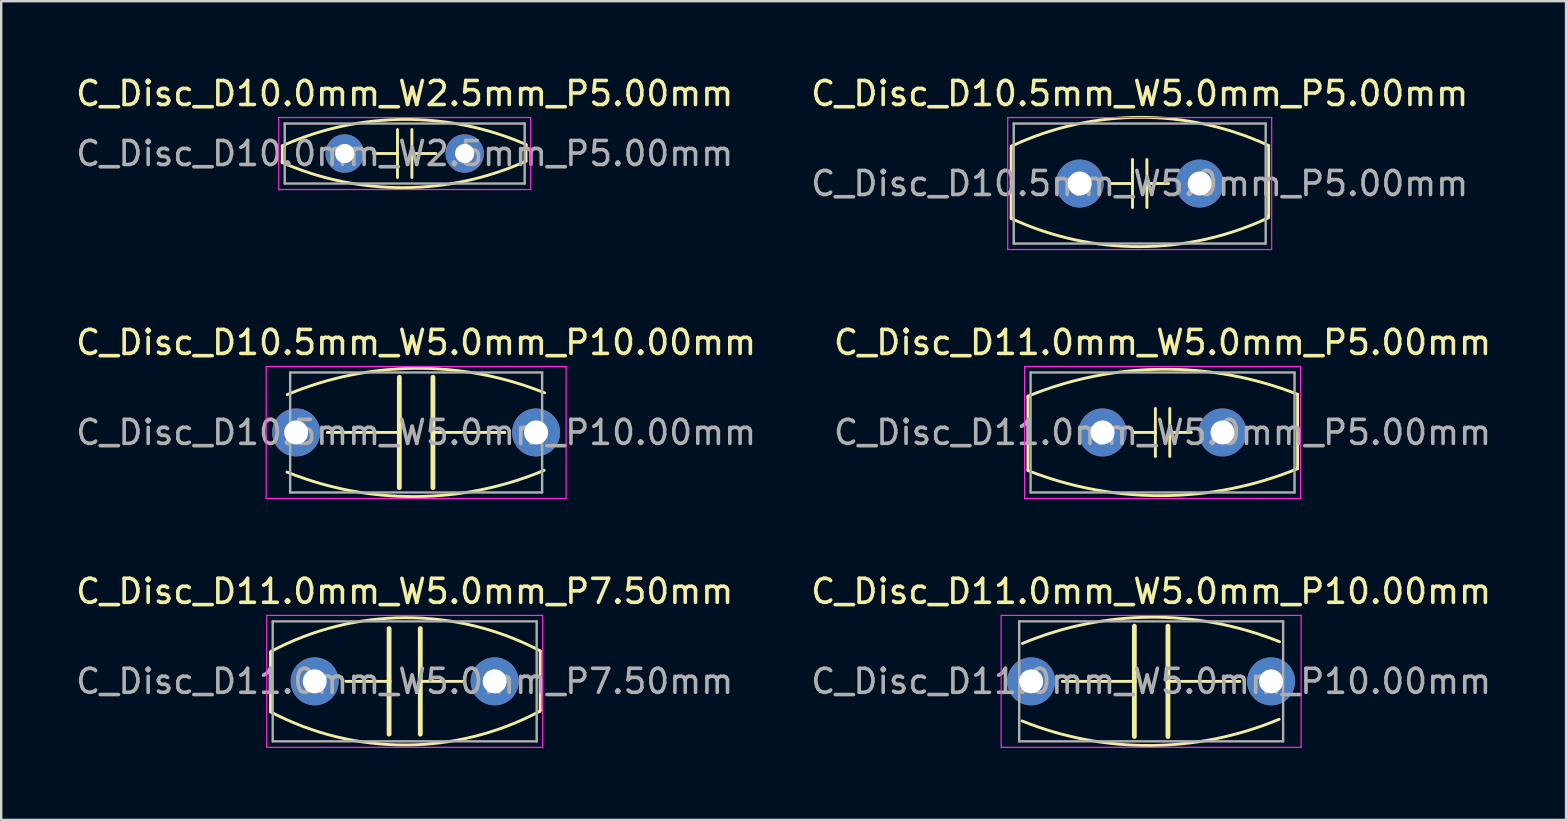
<source format=kicad_pcb>
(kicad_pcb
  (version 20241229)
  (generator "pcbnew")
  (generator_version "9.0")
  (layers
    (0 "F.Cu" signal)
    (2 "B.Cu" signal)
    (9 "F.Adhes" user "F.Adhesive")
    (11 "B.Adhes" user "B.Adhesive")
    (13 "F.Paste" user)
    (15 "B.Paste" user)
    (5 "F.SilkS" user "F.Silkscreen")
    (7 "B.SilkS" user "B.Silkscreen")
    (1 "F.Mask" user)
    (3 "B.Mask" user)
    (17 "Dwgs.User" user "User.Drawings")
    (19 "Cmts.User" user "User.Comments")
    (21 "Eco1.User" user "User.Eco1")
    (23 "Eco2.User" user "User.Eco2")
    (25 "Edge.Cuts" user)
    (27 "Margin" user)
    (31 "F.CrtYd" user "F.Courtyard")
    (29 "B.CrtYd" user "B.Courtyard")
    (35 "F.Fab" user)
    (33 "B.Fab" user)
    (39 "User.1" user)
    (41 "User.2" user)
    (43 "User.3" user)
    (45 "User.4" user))
  (footprint "C_Disc_D10.5mm_W5.0mm_P5.00mm"
    (layer "F.Cu")
    (at 41.946 4.598)
    (property "Reference" "C_Disc_D10.5mm_W5.0mm_P5.00mm" (at 2.5 -3.75 0) (layer "F.SilkS") (effects (font (size 1 1) (thickness 0.15))))
    (fp_line (start -2.857 -1.46) (end -2.843 -1.556) (stroke (width 0.12) (type solid)) (layer "F.SilkS"))
    (fp_line (start -2.857 1.454) (end -2.857 -1.46) (stroke (width 0.12) (type solid)) (layer "F.SilkS"))
    (fp_line (start 1.3 0) (end 2.2 0) (stroke (width 0.12) (type solid)) (layer "F.SilkS"))
    (fp_line (start 2.2 0) (end 2.2 -1) (stroke (width 0.12) (type solid)) (layer "F.SilkS"))
    (fp_line (start 2.2 0) (end 2.2 1) (stroke (width 0.12) (type solid)) (layer "F.SilkS"))
    (fp_line (start 2.8 -1) (end 2.8 1) (stroke (width 0.12) (type solid)) (layer "F.SilkS"))
    (fp_line (start 2.8 0) (end 3.7 0) (stroke (width 0.12) (type solid)) (layer "F.SilkS"))
    (fp_line (start 7.874 -1.581) (end 7.874 1.333) (stroke (width 0.12) (type solid)) (layer "F.SilkS"))
    (fp_line (start 7.874 1.333) (end 7.859 1.429) (stroke (width 0.12) (type solid)) (layer "F.SilkS"))
    (fp_arc (start -2.842795 -1.556187) (mid 2.512796 -2.757728) (end 7.874 -1.581487) (stroke (width 0.12) (type solid)) (layer "F.SilkS"))
    (fp_arc (start 7.859295 1.429187) (mid 2.503704 2.630728) (end -2.8575 1.454487) (stroke (width 0.12) (type solid)) (layer "F.SilkS"))
    (fp_line (start -3 -2.75) (end -3 2.75) (stroke (width 0.05) (type solid)) (layer "F.CrtYd"))
    (fp_line (start -3 2.75) (end 8 2.75) (stroke (width 0.05) (type solid)) (layer "F.CrtYd"))
    (fp_line (start 8 -2.75) (end -3 -2.75) (stroke (width 0.05) (type solid)) (layer "F.CrtYd"))
    (fp_line (start 8 2.75) (end 8 -2.75) (stroke (width 0.05) (type solid)) (layer "F.CrtYd"))
    (fp_line (start -2.75 -2.5) (end -2.75 2.5) (stroke (width 0.1) (type solid)) (layer "F.Fab"))
    (fp_line (start -2.75 2.5) (end 7.75 2.5) (stroke (width 0.1) (type solid)) (layer "F.Fab"))
    (fp_line (start 7.75 -2.5) (end -2.75 -2.5) (stroke (width 0.1) (type solid)) (layer "F.Fab"))
    (fp_line (start 7.75 2.5) (end 7.75 -2.5) (stroke (width 0.1) (type solid)) (layer "F.Fab"))
    (fp_text user "${REFERENCE}" (at 2.5 0 0) (layer "F.Fab") (effects (font (size 1 1) (thickness 0.15))))
    (pad "1" thru_hole circle (at 0 0) (size 2 2) (drill 1) (layers "*.Cu" "*.Mask"))
    (pad "2" thru_hole circle (at 5 0) (size 2 2) (drill 1) (layers "*.Cu" "*.Mask")))
  (footprint "C_Disc_D10.5mm_W5.0mm_P10.00mm"
    (layer "F.Cu")
    (at 9.292 14.972)
    (property "Reference" "C_Disc_D10.5mm_W5.0mm_P10.00mm" (at 5 -3.75 0) (layer "F.SilkS") (effects (font (size 1 1) (thickness 0.15))))
    (fp_line (start 1.3 0) (end 4.3 0) (stroke (width 0.12) (type solid)) (layer "F.SilkS"))
    (fp_line (start 4.3 0) (end 4.3 -2.3) (stroke (width 0.2) (type solid)) (layer "F.SilkS"))
    (fp_line (start 4.3 0) (end 4.3 2.3) (stroke (width 0.2) (type solid)) (layer "F.SilkS"))
    (fp_line (start 5.7 0) (end 5.7 -2.3) (stroke (width 0.2) (type solid)) (layer "F.SilkS"))
    (fp_line (start 5.7 0) (end 5.7 2.3) (stroke (width 0.2) (type solid)) (layer "F.SilkS"))
    (fp_line (start 5.7 0) (end 8.7 0) (stroke (width 0.12) (type solid)) (layer "F.SilkS"))
    (fp_arc (start -0.365657 -1.579056) (mid 4.985322 -2.672545) (end 10.3505 -1.651) (stroke (width 0.12) (type solid)) (layer "F.SilkS"))
    (fp_arc (start 10.335157 1.579056) (mid 4.984178 2.672545) (end -0.381 1.651) (stroke (width 0.12) (type solid)) (layer "F.SilkS"))
    (fp_line (start -1.25 -2.75) (end -1.25 2.75) (stroke (width 0.05) (type solid)) (layer "F.CrtYd"))
    (fp_line (start -1.25 2.75) (end 11.25 2.75) (stroke (width 0.05) (type solid)) (layer "F.CrtYd"))
    (fp_line (start 11.25 -2.75) (end -1.25 -2.75) (stroke (width 0.05) (type solid)) (layer "F.CrtYd"))
    (fp_line (start 11.25 2.75) (end 11.25 -2.75) (stroke (width 0.05) (type solid)) (layer "F.CrtYd"))
    (fp_line (start -0.25 -2.5) (end -0.25 2.5) (stroke (width 0.1) (type solid)) (layer "F.Fab"))
    (fp_line (start -0.25 2.5) (end 10.25 2.5) (stroke (width 0.1) (type solid)) (layer "F.Fab"))
    (fp_line (start 10.25 -2.5) (end -0.25 -2.5) (stroke (width 0.1) (type solid)) (layer "F.Fab"))
    (fp_line (start 10.25 2.5) (end 10.25 -2.5) (stroke (width 0.1) (type solid)) (layer "F.Fab"))
    (fp_text user "${REFERENCE}" (at 5 0 0) (layer "F.Fab") (effects (font (size 1 1) (thickness 0.15))))
    (pad "1" thru_hole circle (at 0 0) (size 2 2) (drill 1) (layers "*.Cu" "*.Mask"))
    (pad "2" thru_hole circle (at 10 0) (size 2 2) (drill 1) (layers "*.Cu" "*.Mask")))
  (footprint "C_Disc_D11.0mm_W5.0mm_P7.50mm"
    (layer "F.Cu")
    (at 10.065 25.345)
    (property "Reference" "C_Disc_D11.0mm_W5.0mm_P7.50mm" (at 3.75 -3.75 0) (layer "F.SilkS") (effects (font (size 1 1) (thickness 0.15))))
    (fp_line (start -1.841 -1.206) (end -1.828 -1.244) (stroke (width 0.12) (type solid)) (layer "F.SilkS"))
    (fp_line (start -1.841 -1.143) (end -1.841 -1.206) (stroke (width 0.12) (type solid)) (layer "F.SilkS"))
    (fp_line (start -1.841 1.27) (end -1.841 -1.143) (stroke (width 0.12) (type solid)) (layer "F.SilkS"))
    (fp_line (start 1.3 0) (end 3.1 0) (stroke (width 0.12) (type solid)) (layer "F.SilkS"))
    (fp_line (start 3.1 0) (end 3.1 -2.2) (stroke (width 0.2) (type solid)) (layer "F.SilkS"))
    (fp_line (start 3.1 0) (end 3.1 2.2) (stroke (width 0.2) (type solid)) (layer "F.SilkS"))
    (fp_line (start 4.4 0) (end 4.4 -2.2) (stroke (width 0.2) (type solid)) (layer "F.SilkS"))
    (fp_line (start 4.4 0) (end 4.4 2.2) (stroke (width 0.2) (type solid)) (layer "F.SilkS"))
    (fp_line (start 4.4 0) (end 6.2 0) (stroke (width 0.12) (type solid)) (layer "F.SilkS"))
    (fp_line (start 9.398 -1.27) (end 9.398 1.206) (stroke (width 0.12) (type solid)) (layer "F.SilkS"))
    (fp_line (start 9.398 1.206) (end 9.384 1.244) (stroke (width 0.12) (type solid)) (layer "F.SilkS"))
    (fp_arc (start -1.827515 -1.243759) (mid 3.781981 -2.652175) (end 9.398 -1.27) (stroke (width 0.12) (type solid)) (layer "F.SilkS"))
    (fp_arc (start 9.384015 1.243759) (mid 3.774519 2.652175) (end -1.8415 1.27) (stroke (width 0.12) (type solid)) (layer "F.SilkS"))
    (fp_line (start -2 -2.75) (end -2 2.75) (stroke (width 0.05) (type solid)) (layer "F.CrtYd"))
    (fp_line (start -2 2.75) (end 9.5 2.75) (stroke (width 0.05) (type solid)) (layer "F.CrtYd"))
    (fp_line (start 9.5 -2.75) (end -2 -2.75) (stroke (width 0.05) (type solid)) (layer "F.CrtYd"))
    (fp_line (start 9.5 2.75) (end 9.5 -2.75) (stroke (width 0.05) (type solid)) (layer "F.CrtYd"))
    (fp_line (start -1.75 -2.5) (end -1.75 2.5) (stroke (width 0.1) (type solid)) (layer "F.Fab"))
    (fp_line (start -1.75 2.5) (end 9.25 2.5) (stroke (width 0.1) (type solid)) (layer "F.Fab"))
    (fp_line (start 9.25 -2.5) (end -1.75 -2.5) (stroke (width 0.1) (type solid)) (layer "F.Fab"))
    (fp_line (start 9.25 2.5) (end 9.25 -2.5) (stroke (width 0.1) (type solid)) (layer "F.Fab"))
    (fp_text user "${REFERENCE}" (at 3.75 0 0) (layer "F.Fab") (effects (font (size 1 1) (thickness 0.15))))
    (pad "1" thru_hole circle (at 0 0) (size 2 2) (drill 1) (layers "*.Cu" "*.Mask"))
    (pad "2" thru_hole circle (at 7.5 0) (size 2 2) (drill 1) (layers "*.Cu" "*.Mask")))
  (footprint "C_Disc_D11.0mm_W5.0mm_P10.00mm"
    (layer "F.Cu")
    (at 39.923 25.345)
    (property "Reference" "C_Disc_D11.0mm_W5.0mm_P10.00mm" (at 5 -3.75 0) (layer "F.SilkS") (effects (font (size 1 1) (thickness 0.15))))
    (fp_line (start 1.3 0) (end 4.3 0) (stroke (width 0.12) (type solid)) (layer "F.SilkS"))
    (fp_line (start 4.3 0) (end 4.3 -2.3) (stroke (width 0.2) (type solid)) (layer "F.SilkS"))
    (fp_line (start 4.3 0) (end 4.3 2.3) (stroke (width 0.2) (type solid)) (layer "F.SilkS"))
    (fp_line (start 5.7 0) (end 5.7 -2.3) (stroke (width 0.2) (type solid)) (layer "F.SilkS"))
    (fp_line (start 5.7 0) (end 5.7 2.3) (stroke (width 0.2) (type solid)) (layer "F.SilkS"))
    (fp_line (start 5.7 0) (end 8.7 0) (stroke (width 0.12) (type solid)) (layer "F.SilkS"))
    (fp_arc (start -0.365657 -1.579056) (mid 4.985322 -2.672545) (end 10.3505 -1.651) (stroke (width 0.12) (type solid)) (layer "F.SilkS"))
    (fp_arc (start 10.335157 1.579056) (mid 4.984178 2.672545) (end -0.381 1.651) (stroke (width 0.12) (type solid)) (layer "F.SilkS"))
    (fp_line (start -1.25 -2.75) (end -1.25 2.75) (stroke (width 0.05) (type solid)) (layer "F.CrtYd"))
    (fp_line (start -1.25 2.75) (end 11.25 2.75) (stroke (width 0.05) (type solid)) (layer "F.CrtYd"))
    (fp_line (start 11.25 -2.75) (end -1.25 -2.75) (stroke (width 0.05) (type solid)) (layer "F.CrtYd"))
    (fp_line (start 11.25 2.75) (end 11.25 -2.75) (stroke (width 0.05) (type solid)) (layer "F.CrtYd"))
    (fp_line (start -0.5 -2.5) (end -0.5 2.5) (stroke (width 0.1) (type solid)) (layer "F.Fab"))
    (fp_line (start -0.5 2.5) (end 10.5 2.5) (stroke (width 0.1) (type solid)) (layer "F.Fab"))
    (fp_line (start 10.5 -2.5) (end -0.5 -2.5) (stroke (width 0.1) (type solid)) (layer "F.Fab"))
    (fp_line (start 10.5 2.5) (end 10.5 -2.5) (stroke (width 0.1) (type solid)) (layer "F.Fab"))
    (fp_text user "${REFERENCE}" (at 5 0 0) (layer "F.Fab") (effects (font (size 1 1) (thickness 0.15))))
    (pad "1" thru_hole circle (at 0 0) (size 2 2) (drill 1) (layers "*.Cu" "*.Mask"))
    (pad "2" thru_hole circle (at 10 0) (size 2 2) (drill 1) (layers "*.Cu" "*.Mask")))
  (footprint "C_Disc_D10.0mm_W2.5mm_P5.00mm"
    (layer "F.Cu")
    (at 11.315 3.348)
    (property "Reference" "C_Disc_D10.0mm_W2.5mm_P5.00mm" (at 2.5 -2.5 0) (layer "F.SilkS") (effects (font (size 1 1) (thickness 0.15))))
    (fp_line (start -2.603 -0.318) (end -2.603 0.318) (stroke (width 0.12) (type solid)) (layer "F.SilkS"))
    (fp_line (start -2.603 0.318) (end -2.606 0.375) (stroke (width 0.12) (type solid)) (layer "F.SilkS"))
    (fp_line (start 1.2 0) (end 2.2 0) (stroke (width 0.12) (type solid)) (layer "F.SilkS"))
    (fp_line (start 2.2 0) (end 2.2 -1) (stroke (width 0.12) (type solid)) (layer "F.SilkS"))
    (fp_line (start 2.2 0) (end 2.2 1) (stroke (width 0.12) (type solid)) (layer "F.SilkS"))
    (fp_line (start 2.8 -1) (end 2.8 1) (stroke (width 0.12) (type solid)) (layer "F.SilkS"))
    (fp_line (start 2.8 0) (end 3.8 0) (stroke (width 0.12) (type solid)) (layer "F.SilkS"))
    (fp_line (start 7.556 -0.318) (end 7.559 -0.375) (stroke (width 0.12) (type solid)) (layer "F.SilkS"))
    (fp_line (start 7.556 0.318) (end 7.556 -0.318) (stroke (width 0.12) (type solid)) (layer "F.SilkS"))
    (fp_arc (start -2.6035 -0.3175) (mid 2.471769 -1.421854) (end 7.559206 -0.374987) (stroke (width 0.12) (type solid)) (layer "F.SilkS"))
    (fp_arc (start 7.5565 0.3175) (mid 2.481231 1.421854) (end -2.606206 0.374987) (stroke (width 0.12) (type solid)) (layer "F.SilkS"))
    (fp_line (start -2.75 -1.5) (end -2.75 1.5) (stroke (width 0.05) (type solid)) (layer "F.CrtYd"))
    (fp_line (start -2.75 1.5) (end 7.75 1.5) (stroke (width 0.05) (type solid)) (layer "F.CrtYd"))
    (fp_line (start 7.75 -1.5) (end -2.75 -1.5) (stroke (width 0.05) (type solid)) (layer "F.CrtYd"))
    (fp_line (start 7.75 1.5) (end 7.75 -1.5) (stroke (width 0.05) (type solid)) (layer "F.CrtYd"))
    (fp_line (start -2.5 -1.25) (end -2.5 1.25) (stroke (width 0.1) (type solid)) (layer "F.Fab"))
    (fp_line (start -2.5 1.25) (end 7.5 1.25) (stroke (width 0.1) (type solid)) (layer "F.Fab"))
    (fp_line (start 7.5 -1.25) (end -2.5 -1.25) (stroke (width 0.1) (type solid)) (layer "F.Fab"))
    (fp_line (start 7.5 1.25) (end 7.5 -1.25) (stroke (width 0.1) (type solid)) (layer "F.Fab"))
    (fp_text user "${REFERENCE}" (at 2.5 0 0) (layer "F.Fab") (effects (font (size 1 1) (thickness 0.15))))
    (pad "1" thru_hole circle (at 0 0) (size 1.6 1.6) (drill 0.8) (layers "*.Cu" "*.Mask"))
    (pad "2" thru_hole circle (at 5 0) (size 1.6 1.6) (drill 0.8) (layers "*.Cu" "*.Mask")))
  (footprint "C_Disc_D11.0mm_W5.0mm_P5.00mm"
    (layer "F.Cu")
    (at 42.899 14.972)
    (property "Reference" "C_Disc_D11.0mm_W5.0mm_P5.00mm" (at 2.5 -3.75 0) (layer "F.SilkS") (effects (font (size 1 1) (thickness 0.15))))
    (fp_line (start -3.111 -1.46) (end -3.106 -1.511) (stroke (width 0.12) (type solid)) (layer "F.SilkS"))
    (fp_line (start -3.111 1.587) (end -3.111 -1.46) (stroke (width 0.12) (type solid)) (layer "F.SilkS"))
    (fp_line (start 1.3 0) (end 2.2 0) (stroke (width 0.12) (type solid)) (layer "F.SilkS"))
    (fp_line (start 2.2 0) (end 2.2 -1) (stroke (width 0.12) (type solid)) (layer "F.SilkS"))
    (fp_line (start 2.2 0) (end 2.2 1) (stroke (width 0.12) (type solid)) (layer "F.SilkS"))
    (fp_line (start 2.8 -1) (end 2.8 1) (stroke (width 0.12) (type solid)) (layer "F.SilkS"))
    (fp_line (start 2.8 0) (end 3.7 0) (stroke (width 0.12) (type solid)) (layer "F.SilkS"))
    (fp_line (start 8.128 -1.587) (end 8.128 1.46) (stroke (width 0.12) (type solid)) (layer "F.SilkS"))
    (fp_line (start 8.128 1.46) (end 8.123 1.511) (stroke (width 0.12) (type solid)) (layer "F.SilkS"))
    (fp_arc (start -3.106181 -1.511004) (mid 2.50352 -2.634411) (end 8.128 -1.5875) (stroke (width 0.12) (type solid)) (layer "F.SilkS"))
    (fp_arc (start 8.122681 1.511004) (mid 2.51298 2.634411) (end -3.1115 1.5875) (stroke (width 0.12) (type solid)) (layer "F.SilkS"))
    (fp_line (start -3.25 -2.75) (end -3.25 2.75) (stroke (width 0.05) (type solid)) (layer "F.CrtYd"))
    (fp_line (start -3.25 2.75) (end 8.25 2.75) (stroke (width 0.05) (type solid)) (layer "F.CrtYd"))
    (fp_line (start 8.25 -2.75) (end -3.25 -2.75) (stroke (width 0.05) (type solid)) (layer "F.CrtYd"))
    (fp_line (start 8.25 2.75) (end 8.25 -2.75) (stroke (width 0.05) (type solid)) (layer "F.CrtYd"))
    (fp_line (start -3 -2.5) (end -3 2.5) (stroke (width 0.1) (type solid)) (layer "F.Fab"))
    (fp_line (start -3 2.5) (end 8 2.5) (stroke (width 0.1) (type solid)) (layer "F.Fab"))
    (fp_line (start 8 -2.5) (end -3 -2.5) (stroke (width 0.1) (type solid)) (layer "F.Fab"))
    (fp_line (start 8 2.5) (end 8 -2.5) (stroke (width 0.1) (type solid)) (layer "F.Fab"))
    (fp_text user "${REFERENCE}" (at 2.5 0 0) (layer "F.Fab") (effects (font (size 1 1) (thickness 0.15))))
    (pad "1" thru_hole circle (at 0 0) (size 2 2) (drill 1) (layers "*.Cu" "*.Mask"))
    (pad "2" thru_hole circle (at 5 0) (size 2 2) (drill 1) (layers "*.Cu" "*.Mask")))
  (gr_rect
    (start -3 -3)
    (end 62.214 31.12)
    (stroke (width 0.1) (type default))
    (fill no)
    (layer "Edge.Cuts")))
</source>
